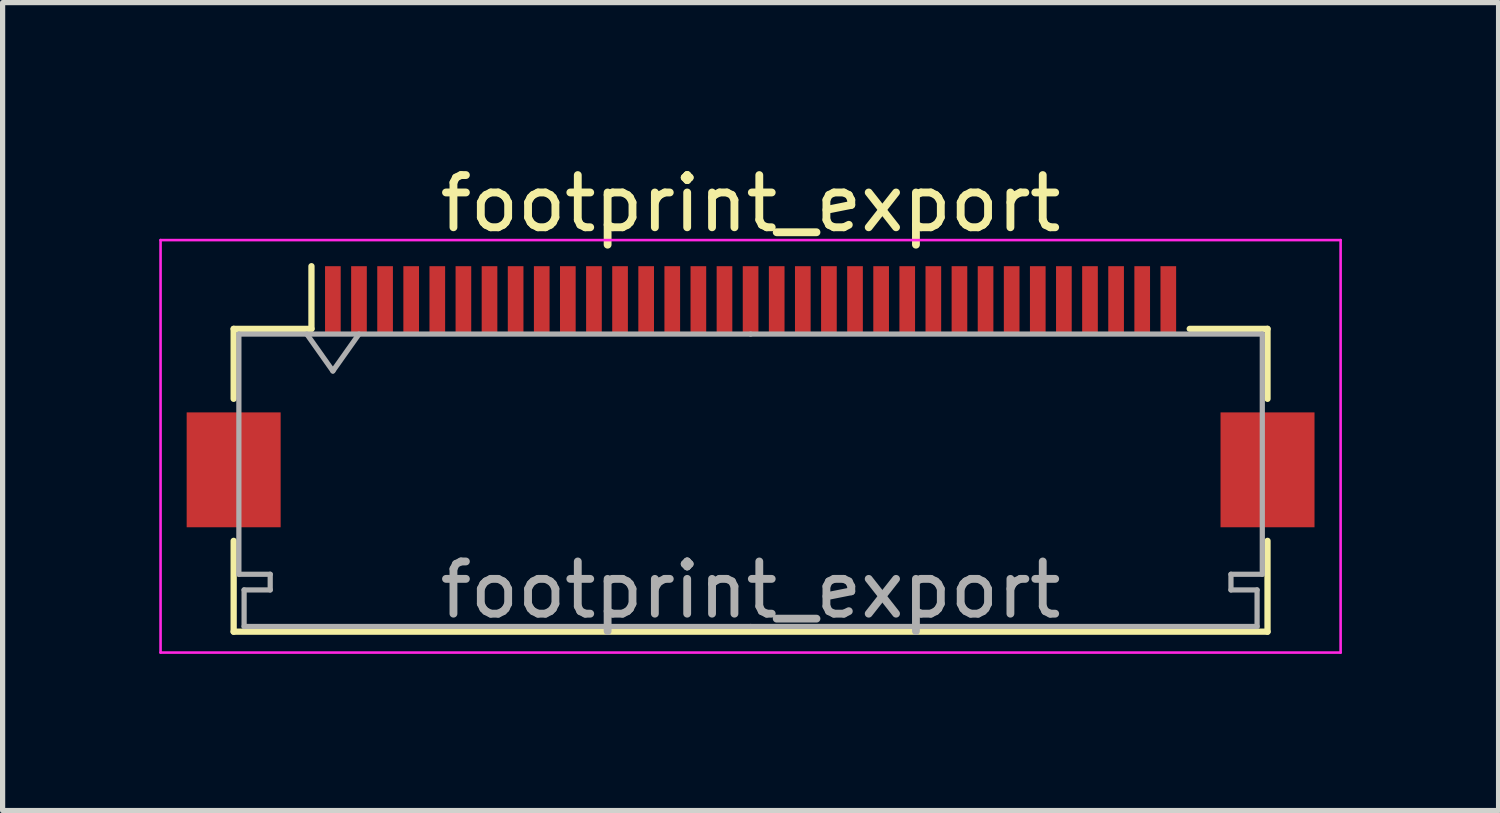
<source format=kicad_pcb>
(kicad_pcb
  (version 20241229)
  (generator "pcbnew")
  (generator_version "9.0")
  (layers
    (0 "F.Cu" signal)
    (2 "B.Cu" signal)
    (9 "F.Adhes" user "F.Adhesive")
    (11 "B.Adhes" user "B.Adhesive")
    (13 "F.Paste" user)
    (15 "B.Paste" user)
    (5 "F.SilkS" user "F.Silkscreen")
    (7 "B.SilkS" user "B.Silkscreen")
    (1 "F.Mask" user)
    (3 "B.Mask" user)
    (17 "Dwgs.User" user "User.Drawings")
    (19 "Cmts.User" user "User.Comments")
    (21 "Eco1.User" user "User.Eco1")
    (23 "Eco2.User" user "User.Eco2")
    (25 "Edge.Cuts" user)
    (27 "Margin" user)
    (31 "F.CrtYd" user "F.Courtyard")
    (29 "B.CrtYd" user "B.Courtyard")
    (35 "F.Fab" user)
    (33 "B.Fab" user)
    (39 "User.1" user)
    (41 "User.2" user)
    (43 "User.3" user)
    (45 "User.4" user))
  (footprint "footprint_export"
    (layer "F.Cu")
    (at 11.325 4.548)
    (property "Reference" "footprint_export" (at 0 -3.7 0) (layer "F.SilkS") (effects (font (size 1 1) (thickness 0.15))))
    (attr smd)
    (fp_line (start -9.9 -1.3) (end -9.9 0.04) (stroke (width 0.12) (type solid)) (layer "F.SilkS"))
    (fp_line (start -9.9 2.76) (end -9.9 4.5) (stroke (width 0.12) (type solid)) (layer "F.SilkS"))
    (fp_line (start -9.9 4.5) (end 9.9 4.5) (stroke (width 0.12) (type solid)) (layer "F.SilkS"))
    (fp_line (start -8.41 -1.3) (end -9.9 -1.3) (stroke (width 0.12) (type solid)) (layer "F.SilkS"))
    (fp_line (start -8.41 -1.3) (end -8.41 -2.5) (stroke (width 0.12) (type solid)) (layer "F.SilkS"))
    (fp_line (start 8.41 -1.3) (end 9.9 -1.3) (stroke (width 0.12) (type solid)) (layer "F.SilkS"))
    (fp_line (start 9.9 -1.3) (end 9.9 0.04) (stroke (width 0.12) (type solid)) (layer "F.SilkS"))
    (fp_line (start 9.9 4.5) (end 9.9 2.76) (stroke (width 0.12) (type solid)) (layer "F.SilkS"))
    (fp_line (start -11.3 -3) (end -11.3 4.9) (stroke (width 0.05) (type solid)) (layer "F.CrtYd"))
    (fp_line (start -11.3 4.9) (end 11.3 4.9) (stroke (width 0.05) (type solid)) (layer "F.CrtYd"))
    (fp_line (start 11.3 -3) (end -11.3 -3) (stroke (width 0.05) (type solid)) (layer "F.CrtYd"))
    (fp_line (start 11.3 4.9) (end 11.3 -3) (stroke (width 0.05) (type solid)) (layer "F.CrtYd"))
    (fp_line (start -9.8 -1.2) (end -9.8 3.4) (stroke (width 0.1) (type solid)) (layer "F.Fab"))
    (fp_line (start -9.8 3.4) (end -9.2 3.4) (stroke (width 0.1) (type solid)) (layer "F.Fab"))
    (fp_line (start -9.7 3.7) (end -9.7 4.4) (stroke (width 0.1) (type solid)) (layer "F.Fab"))
    (fp_line (start -9.7 4.4) (end 0 4.4) (stroke (width 0.1) (type solid)) (layer "F.Fab"))
    (fp_line (start -9.2 3.4) (end -9.2 3.7) (stroke (width 0.1) (type solid)) (layer "F.Fab"))
    (fp_line (start -9.2 3.7) (end -9.7 3.7) (stroke (width 0.1) (type solid)) (layer "F.Fab"))
    (fp_line (start -8.5 -1.2) (end -8 -0.493) (stroke (width 0.1) (type solid)) (layer "F.Fab"))
    (fp_line (start -8 -0.493) (end -7.5 -1.2) (stroke (width 0.1) (type solid)) (layer "F.Fab"))
    (fp_line (start 0 -1.2) (end -9.8 -1.2) (stroke (width 0.1) (type solid)) (layer "F.Fab"))
    (fp_line (start 0 -1.2) (end 9.8 -1.2) (stroke (width 0.1) (type solid)) (layer "F.Fab"))
    (fp_line (start 9.2 3.4) (end 9.2 3.7) (stroke (width 0.1) (type solid)) (layer "F.Fab"))
    (fp_line (start 9.2 3.7) (end 9.7 3.7) (stroke (width 0.1) (type solid)) (layer "F.Fab"))
    (fp_line (start 9.7 3.7) (end 9.7 4.4) (stroke (width 0.1) (type solid)) (layer "F.Fab"))
    (fp_line (start 9.7 4.4) (end 0 4.4) (stroke (width 0.1) (type solid)) (layer "F.Fab"))
    (fp_line (start 9.8 -1.2) (end 9.8 3.4) (stroke (width 0.1) (type solid)) (layer "F.Fab"))
    (fp_line (start 9.8 3.4) (end 9.2 3.4) (stroke (width 0.1) (type solid)) (layer "F.Fab"))
    (fp_text user "${REFERENCE}" (at 0 3.7 0) (layer "F.Fab") (effects (font (size 1 1) (thickness 0.15))))
    (pad "1" smd rect (at -8 -1.85) (size 0.3 1.3) (layers "F.Cu" "F.Mask" "F.Paste"))
    (pad "2" smd rect (at -7.5 -1.85) (size 0.3 1.3) (layers "F.Cu" "F.Mask" "F.Paste"))
    (pad "3" smd rect (at -7 -1.85) (size 0.3 1.3) (layers "F.Cu" "F.Mask" "F.Paste"))
    (pad "4" smd rect (at -6.5 -1.85) (size 0.3 1.3) (layers "F.Cu" "F.Mask" "F.Paste"))
    (pad "5" smd rect (at -6 -1.85) (size 0.3 1.3) (layers "F.Cu" "F.Mask" "F.Paste"))
    (pad "6" smd rect (at -5.5 -1.85) (size 0.3 1.3) (layers "F.Cu" "F.Mask" "F.Paste"))
    (pad "7" smd rect (at -5 -1.85) (size 0.3 1.3) (layers "F.Cu" "F.Mask" "F.Paste"))
    (pad "8" smd rect (at -4.5 -1.85) (size 0.3 1.3) (layers "F.Cu" "F.Mask" "F.Paste"))
    (pad "9" smd rect (at -4 -1.85) (size 0.3 1.3) (layers "F.Cu" "F.Mask" "F.Paste"))
    (pad "10" smd rect (at -3.5 -1.85) (size 0.3 1.3) (layers "F.Cu" "F.Mask" "F.Paste"))
    (pad "11" smd rect (at -3 -1.85) (size 0.3 1.3) (layers "F.Cu" "F.Mask" "F.Paste"))
    (pad "12" smd rect (at -2.5 -1.85) (size 0.3 1.3) (layers "F.Cu" "F.Mask" "F.Paste"))
    (pad "13" smd rect (at -2 -1.85) (size 0.3 1.3) (layers "F.Cu" "F.Mask" "F.Paste"))
    (pad "14" smd rect (at -1.5 -1.85) (size 0.3 1.3) (layers "F.Cu" "F.Mask" "F.Paste"))
    (pad "15" smd rect (at -1 -1.85) (size 0.3 1.3) (layers "F.Cu" "F.Mask" "F.Paste"))
    (pad "16" smd rect (at -0.5 -1.85) (size 0.3 1.3) (layers "F.Cu" "F.Mask" "F.Paste"))
    (pad "17" smd rect (at 0 -1.85) (size 0.3 1.3) (layers "F.Cu" "F.Mask" "F.Paste"))
    (pad "18" smd rect (at 0.5 -1.85) (size 0.3 1.3) (layers "F.Cu" "F.Mask" "F.Paste"))
    (pad "19" smd rect (at 1 -1.85) (size 0.3 1.3) (layers "F.Cu" "F.Mask" "F.Paste"))
    (pad "20" smd rect (at 1.5 -1.85) (size 0.3 1.3) (layers "F.Cu" "F.Mask" "F.Paste"))
    (pad "21" smd rect (at 2 -1.85) (size 0.3 1.3) (layers "F.Cu" "F.Mask" "F.Paste"))
    (pad "22" smd rect (at 2.5 -1.85) (size 0.3 1.3) (layers "F.Cu" "F.Mask" "F.Paste"))
    (pad "23" smd rect (at 3 -1.85) (size 0.3 1.3) (layers "F.Cu" "F.Mask" "F.Paste"))
    (pad "24" smd rect (at 3.5 -1.85) (size 0.3 1.3) (layers "F.Cu" "F.Mask" "F.Paste"))
    (pad "25" smd rect (at 4 -1.85) (size 0.3 1.3) (layers "F.Cu" "F.Mask" "F.Paste"))
    (pad "26" smd rect (at 4.5 -1.85) (size 0.3 1.3) (layers "F.Cu" "F.Mask" "F.Paste"))
    (pad "27" smd rect (at 5 -1.85) (size 0.3 1.3) (layers "F.Cu" "F.Mask" "F.Paste"))
    (pad "28" smd rect (at 5.5 -1.85) (size 0.3 1.3) (layers "F.Cu" "F.Mask" "F.Paste"))
    (pad "29" smd rect (at 6 -1.85) (size 0.3 1.3) (layers "F.Cu" "F.Mask" "F.Paste"))
    (pad "30" smd rect (at 6.5 -1.85) (size 0.3 1.3) (layers "F.Cu" "F.Mask" "F.Paste"))
    (pad "31" smd rect (at 7 -1.85) (size 0.3 1.3) (layers "F.Cu" "F.Mask" "F.Paste"))
    (pad "32" smd rect (at 7.5 -1.85) (size 0.3 1.3) (layers "F.Cu" "F.Mask" "F.Paste"))
    (pad "33" smd rect (at 8 -1.85) (size 0.3 1.3) (layers "F.Cu" "F.Mask" "F.Paste"))
    (pad "MP" smd rect (at -9.9 1.4) (size 1.8 2.2) (layers "F.Cu" "F.Mask" "F.Paste"))
    (pad "MP" smd rect (at 9.9 1.4) (size 1.8 2.2) (layers "F.Cu" "F.Mask" "F.Paste")))
  (gr_rect
    (start -3 -3)
    (end 25.65 12.473)
    (stroke (width 0.1) (type default))
    (fill no)
    (layer "Edge.Cuts")))
</source>
